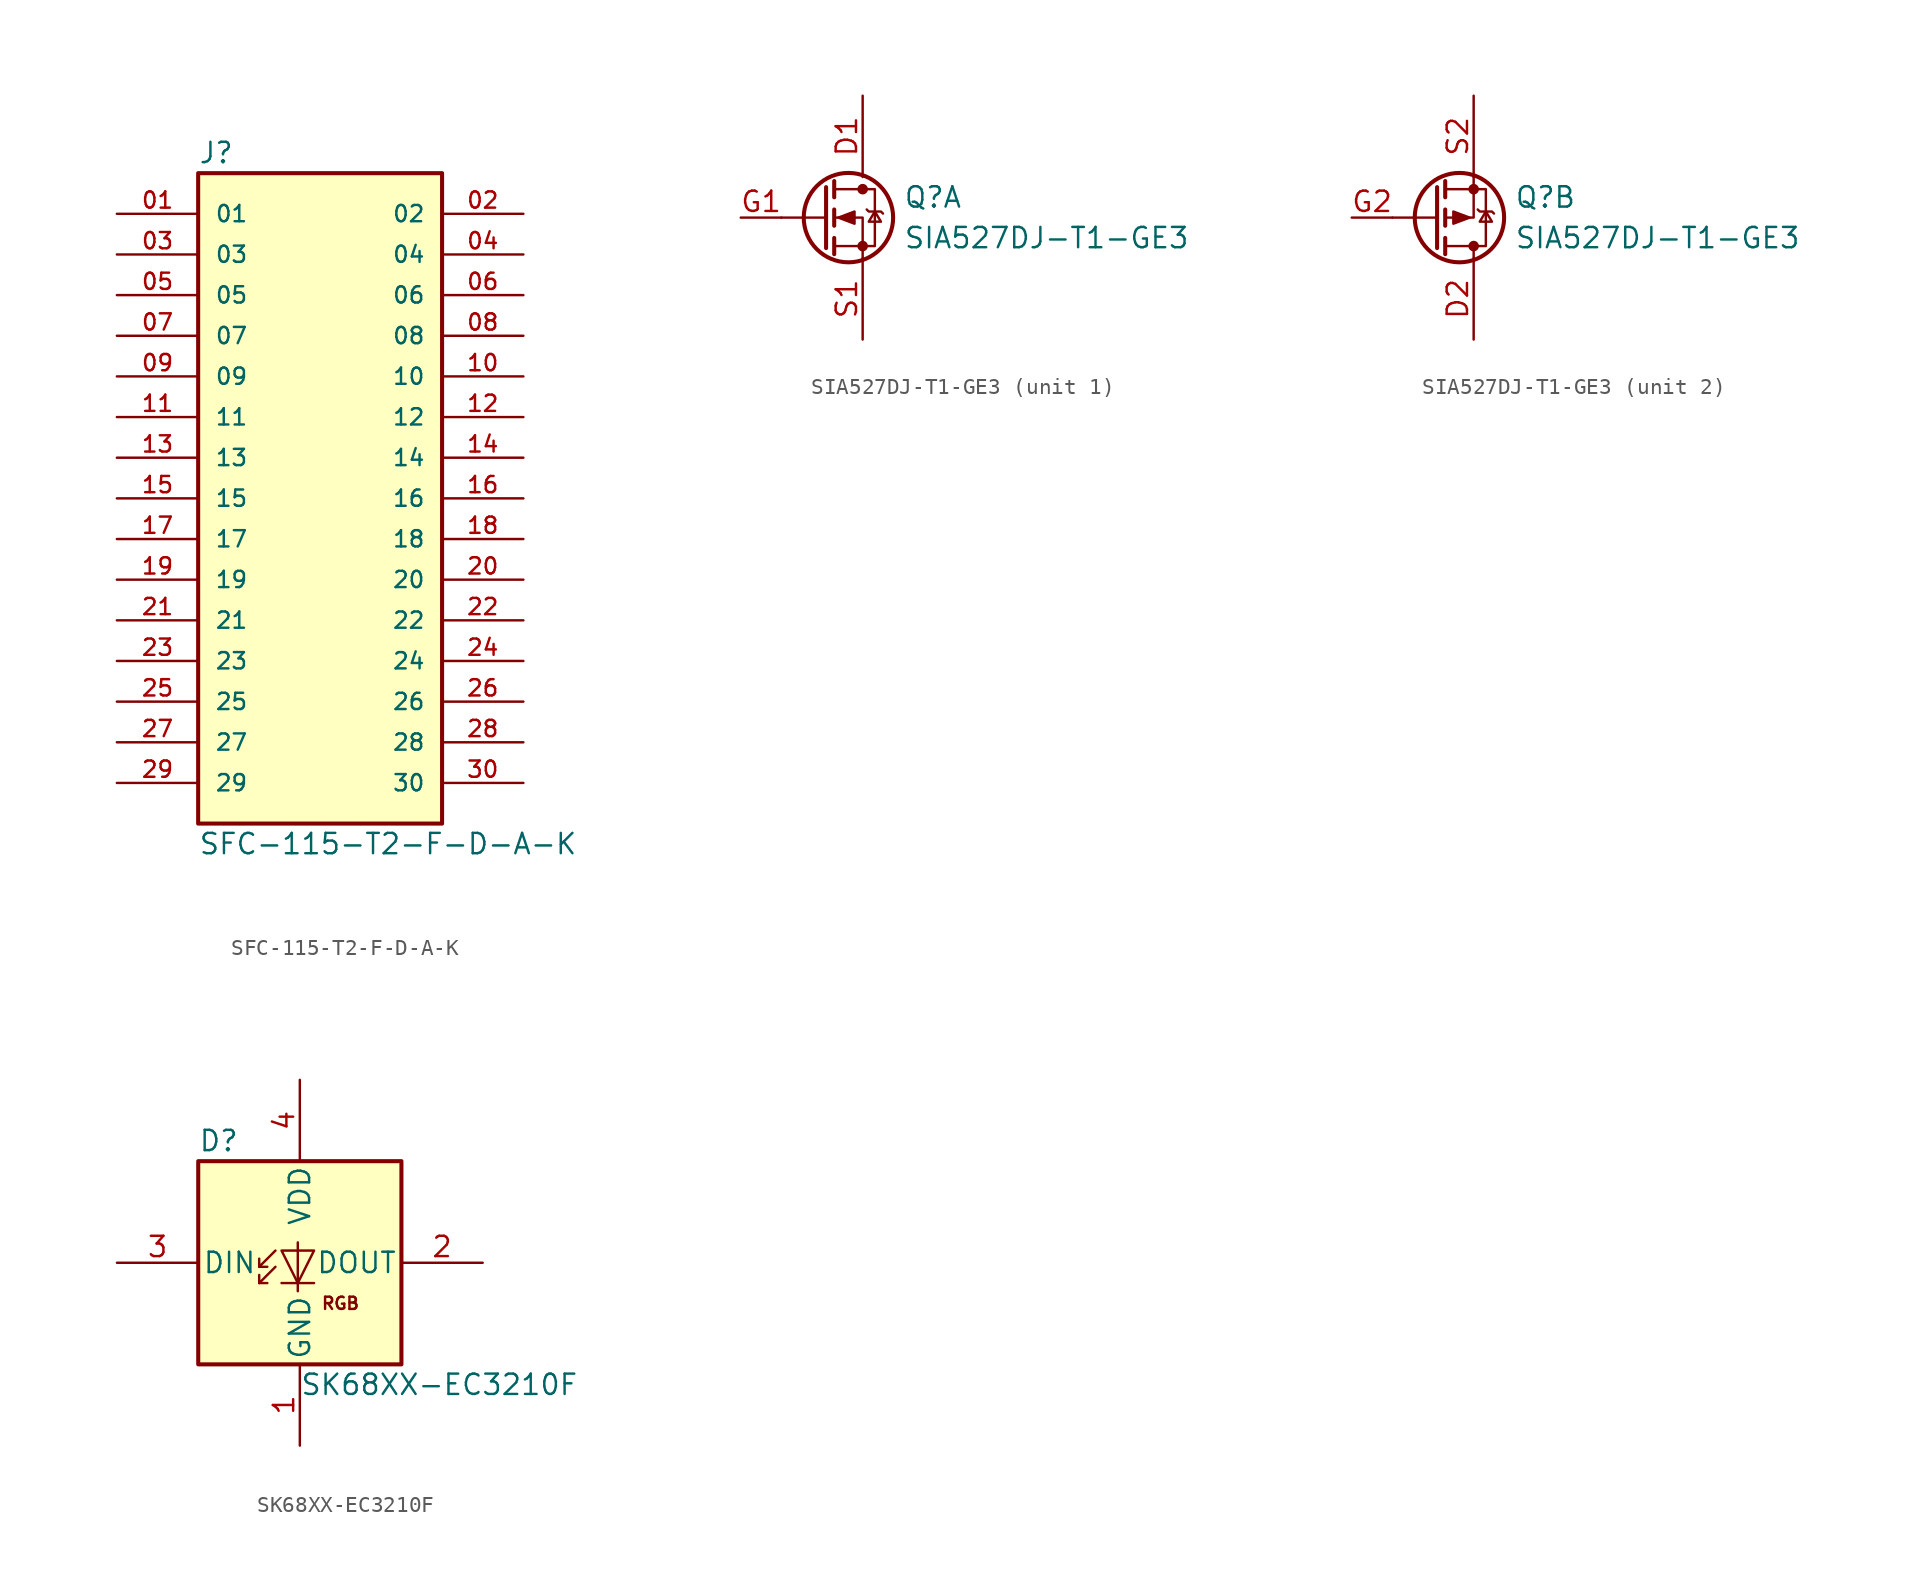
<source format=kicad_sym>
(kicad_symbol_lib
  (version 20231120)
  (generator "kicad_symbol_editor")
  (generator_version "8.0")
  (symbol "SFC-115-T2-F-D-A-K"
    (pin_names
      (offset 1.016))
    (property "Reference" "J"
      (at 0 1.27 0)
      (do_not_autoplace)
      (effects (font (size 1.27 1.27)) (justify left)))
    (property "Value" "SFC-115-T2-F-D-A-K"
      (at 0 -41.91 0)
      (do_not_autoplace)
      (effects (font (size 1.27 1.27)) (justify left)))
    (symbol "SFC-115-T2-F-D-A-K_0_0"
      (rectangle (start 0 0) (end 15.24 -40.64) (stroke (width 0.254) (type default)) (fill (type background)))
      (pin unspecified line (at -5.08 -2.54 0) (length 5.08) (name "01" (effects (font (size 1.016 1.016)))) (number "01" (effects (font (size 1.016 1.016)))))
      (pin unspecified line (at 20.32 -2.54 180) (length 5.08) (name "02" (effects (font (size 1.016 1.016)))) (number "02" (effects (font (size 1.016 1.016)))))
      (pin unspecified line (at -5.08 -5.08 0) (length 5.08) (name "03" (effects (font (size 1.016 1.016)))) (number "03" (effects (font (size 1.016 1.016)))))
      (pin unspecified line (at 20.32 -5.08 180) (length 5.08) (name "04" (effects (font (size 1.016 1.016)))) (number "04" (effects (font (size 1.016 1.016)))))
      (pin unspecified line (at -5.08 -7.62 0) (length 5.08) (name "05" (effects (font (size 1.016 1.016)))) (number "05" (effects (font (size 1.016 1.016)))))
      (pin unspecified line (at 20.32 -7.62 180) (length 5.08) (name "06" (effects (font (size 1.016 1.016)))) (number "06" (effects (font (size 1.016 1.016)))))
      (pin unspecified line (at -5.08 -10.16 0) (length 5.08) (name "07" (effects (font (size 1.016 1.016)))) (number "07" (effects (font (size 1.016 1.016)))))
      (pin unspecified line (at 20.32 -10.16 180) (length 5.08) (name "08" (effects (font (size 1.016 1.016)))) (number "08" (effects (font (size 1.016 1.016)))))
      (pin unspecified line (at -5.08 -12.7 0) (length 5.08) (name "09" (effects (font (size 1.016 1.016)))) (number "09" (effects (font (size 1.016 1.016)))))
      (pin unspecified line (at 20.32 -12.7 180) (length 5.08) (name "10" (effects (font (size 1.016 1.016)))) (number "10" (effects (font (size 1.016 1.016)))))
      (pin unspecified line (at -5.08 -15.24 0) (length 5.08) (name "11" (effects (font (size 1.016 1.016)))) (number "11" (effects (font (size 1.016 1.016)))))
      (pin unspecified line (at 20.32 -15.24 180) (length 5.08) (name "12" (effects (font (size 1.016 1.016)))) (number "12" (effects (font (size 1.016 1.016)))))
      (pin unspecified line (at -5.08 -17.78 0) (length 5.08) (name "13" (effects (font (size 1.016 1.016)))) (number "13" (effects (font (size 1.016 1.016)))))
      (pin unspecified line (at 20.32 -17.78 180) (length 5.08) (name "14" (effects (font (size 1.016 1.016)))) (number "14" (effects (font (size 1.016 1.016)))))
      (pin unspecified line (at -5.08 -20.32 0) (length 5.08) (name "15" (effects (font (size 1.016 1.016)))) (number "15" (effects (font (size 1.016 1.016)))))
      (pin unspecified line (at 20.32 -20.32 180) (length 5.08) (name "16" (effects (font (size 1.016 1.016)))) (number "16" (effects (font (size 1.016 1.016)))))
      (pin unspecified line (at -5.08 -22.86 0) (length 5.08) (name "17" (effects (font (size 1.016 1.016)))) (number "17" (effects (font (size 1.016 1.016)))))
      (pin unspecified line (at 20.32 -22.86 180) (length 5.08) (name "18" (effects (font (size 1.016 1.016)))) (number "18" (effects (font (size 1.016 1.016)))))
      (pin unspecified line (at -5.08 -25.4 0) (length 5.08) (name "19" (effects (font (size 1.016 1.016)))) (number "19" (effects (font (size 1.016 1.016)))))
      (pin unspecified line (at 20.32 -25.4 180) (length 5.08) (name "20" (effects (font (size 1.016 1.016)))) (number "20" (effects (font (size 1.016 1.016)))))
      (pin unspecified line (at -5.08 -27.94 0) (length 5.08) (name "21" (effects (font (size 1.016 1.016)))) (number "21" (effects (font (size 1.016 1.016)))))
      (pin unspecified line (at 20.32 -27.94 180) (length 5.08) (name "22" (effects (font (size 1.016 1.016)))) (number "22" (effects (font (size 1.016 1.016)))))
      (pin unspecified line (at -5.08 -30.48 0) (length 5.08) (name "23" (effects (font (size 1.016 1.016)))) (number "23" (effects (font (size 1.016 1.016)))))
      (pin unspecified line (at 20.32 -30.48 180) (length 5.08) (name "24" (effects (font (size 1.016 1.016)))) (number "24" (effects (font (size 1.016 1.016)))))
      (pin unspecified line (at -5.08 -33.02 0) (length 5.08) (name "25" (effects (font (size 1.016 1.016)))) (number "25" (effects (font (size 1.016 1.016)))))
      (pin unspecified line (at 20.32 -33.02 180) (length 5.08) (name "26" (effects (font (size 1.016 1.016)))) (number "26" (effects (font (size 1.016 1.016)))))
      (pin unspecified line (at -5.08 -35.56 0) (length 5.08) (name "27" (effects (font (size 1.016 1.016)))) (number "27" (effects (font (size 1.016 1.016)))))
      (pin unspecified line (at 20.32 -35.56 180) (length 5.08) (name "28" (effects (font (size 1.016 1.016)))) (number "28" (effects (font (size 1.016 1.016)))))
      (pin unspecified line (at -5.08 -38.1 0) (length 5.08) (name "29" (effects (font (size 1.016 1.016)))) (number "29" (effects (font (size 1.016 1.016)))))
      (pin unspecified line (at 20.32 -38.1 180) (length 5.08) (name "30" (effects (font (size 1.016 1.016)))) (number "30" (effects (font (size 1.016 1.016)))))))
  (symbol "SIA527DJ-T1-GE3"
    (property "Reference" "Q"
      (at 3.81 1.27 0)
      (do_not_autoplace)
      (effects (font (size 1.27 1.27)) (justify left)))
    (property "Value" "SIA527DJ-T1-GE3"
      (at 3.81 -1.27 0)
      (do_not_autoplace)
      (effects (font (size 1.27 1.27)) (justify left)))
    (property "ki_locked" ""
      (at 0 0 0)
      (effects (font (size 1.27 1.27))))
    (symbol "SIA527DJ-T1-GE3_1_1"
      (polyline (pts (xy -3.81 0) (xy -1.016 0)) (stroke (width 0) (type default)) (fill (type none)))
      (polyline (pts (xy -1.016 1.905) (xy -1.016 -1.905)) (stroke (width 0.254) (type default)) (fill (type none)))
      (polyline (pts (xy -0.508 -1.27) (xy -0.508 -2.286)) (stroke (width 0.254) (type default)) (fill (type none)))
      (polyline (pts (xy -0.508 0.508) (xy -0.508 -0.508)) (stroke (width 0.254) (type default)) (fill (type none)))
      (polyline (pts (xy -0.508 2.286) (xy -0.508 1.27)) (stroke (width 0.254) (type default)) (fill (type none)))
      (polyline (pts (xy 1.27 -2.54) (xy 1.27 0) (xy -0.508 0)) (stroke (width 0) (type default)) (fill (type none)))
      (polyline (pts (xy -0.508 -1.778) (xy 2.032 -1.778) (xy 2.032 1.778) (xy -0.508 1.778)) (stroke (width 0) (type default)) (fill (type none)))
      (polyline (pts (xy -0.254 0) (xy 0.762 0.381) (xy 0.762 -0.381) (xy -0.254 0)) (stroke (width 0) (type default)) (fill (type outline)))
      (polyline (pts (xy 1.524 0.508) (xy 1.651 0.381) (xy 2.413 0.381) (xy 2.54 0.254)) (stroke (width 0) (type default)) (fill (type none)))
      (polyline (pts (xy 2.032 0.381) (xy 1.651 -0.254) (xy 2.413 -0.254) (xy 2.032 0.381)) (stroke (width 0) (type default)) (fill (type none)))
      (circle (center 0.381 0) (radius 2.794) (stroke (width 0.254) (type default)) (fill (type none)))
      (circle (center 1.27 -1.778) (radius 0.254) (stroke (width 0) (type default)) (fill (type outline)))
      (circle (center 1.27 1.778) (radius 0.254) (stroke (width 0) (type default)) (fill (type outline)))
      (pin unspecified line (at 1.27 7.62 270) (length 5.08) (name "~" (effects (font (size 1.27 1.27)))) (number "D1" (effects (font (size 1.27 1.27)))))
      (pin unspecified line (at -6.35 0 0) (length 2.54) (name "~" (effects (font (size 1.27 1.27)))) (number "G1" (effects (font (size 1.27 1.27)))))
      (pin unspecified line (at 1.27 -7.62 90) (length 5.08) (name "~" (effects (font (size 1.27 1.27)))) (number "S1" (effects (font (size 1.27 1.27))))))
    (symbol "SIA527DJ-T1-GE3_2_1"
      (polyline (pts (xy -1.016 -1.905) (xy -1.016 1.905)) (stroke (width 0.254) (type default)) (fill (type none)))
      (polyline (pts (xy -1.016 0) (xy -3.81 0)) (stroke (width 0) (type default)) (fill (type none)))
      (polyline (pts (xy -0.508 -2.286) (xy -0.508 -1.27)) (stroke (width 0.254) (type default)) (fill (type none)))
      (polyline (pts (xy -0.508 -0.508) (xy -0.508 0.508)) (stroke (width 0.254) (type default)) (fill (type none)))
      (polyline (pts (xy -0.508 1.27) (xy -0.508 2.286)) (stroke (width 0.254) (type default)) (fill (type none)))
      (polyline (pts (xy 1.27 -2.54) (xy 1.27 -1.778)) (stroke (width 0) (type default)) (fill (type none)))
      (polyline (pts (xy 1.27 2.54) (xy 1.27 0) (xy -0.508 0)) (stroke (width 0) (type default)) (fill (type none)))
      (polyline (pts (xy -0.508 -1.778) (xy 2.032 -1.778) (xy 2.032 1.778) (xy -0.508 1.778)) (stroke (width 0) (type default)) (fill (type none)))
      (polyline (pts (xy 1.016 0) (xy 0 -0.381) (xy 0 0.381) (xy 1.016 0)) (stroke (width 0) (type default)) (fill (type outline)))
      (polyline (pts (xy 1.524 0.508) (xy 1.651 0.381) (xy 2.413 0.381) (xy 2.54 0.254)) (stroke (width 0) (type default)) (fill (type none)))
      (polyline (pts (xy 2.032 0.381) (xy 1.651 -0.254) (xy 2.413 -0.254) (xy 2.032 0.381)) (stroke (width 0) (type default)) (fill (type none)))
      (circle (center 0.381 0) (radius 2.794) (stroke (width 0.254) (type default)) (fill (type none)))
      (circle (center 1.27 -1.778) (radius 0.254) (stroke (width 0) (type default)) (fill (type outline)))
      (circle (center 1.27 1.778) (radius 0.254) (stroke (width 0) (type default)) (fill (type outline)))
      (pin unspecified line (at 1.27 -7.62 90) (length 5.08) (name "~" (effects (font (size 1.27 1.27)))) (number "D2" (effects (font (size 1.27 1.27)))))
      (pin unspecified line (at -6.35 0 0) (length 2.54) (name "~" (effects (font (size 1.27 1.27)))) (number "G2" (effects (font (size 1.27 1.27)))))
      (pin unspecified line (at 1.27 7.62 270) (length 5.08) (name "~" (effects (font (size 1.27 1.27)))) (number "S2" (effects (font (size 1.27 1.27)))))))
  (symbol "SK68XX-EC3210F"
    (pin_names
      (offset 0.254))
    (property "Reference" "D"
      (at 0 1.27 0)
      (do_not_autoplace)
      (effects (font (size 1.27 1.27)) (justify left)))
    (property "Value" "SK68XX-EC3210F"
      (at 6.35 -13.97 0)
      (do_not_autoplace)
      (effects (font (size 1.27 1.27)) (justify left)))
    (symbol "SK68XX-EC3210F_0_0"
      (text "RGB" (at 8.89 -8.89 0) (effects (font (size 0.762 0.762)))))
    (symbol "SK68XX-EC3210F_0_1"
      (polyline (pts (xy 3.81 -7.62) (xy 4.318 -7.62)) (stroke (width 0) (type default)) (fill (type none)))
      (polyline (pts (xy 3.81 -6.604) (xy 4.318 -6.604)) (stroke (width 0) (type default)) (fill (type none)))
      (polyline (pts (xy 7.239 -7.62) (xy 5.207 -7.62)) (stroke (width 0) (type default)) (fill (type none)))
      (polyline (pts (xy 4.826 -6.604) (xy 3.81 -7.62) (xy 3.81 -7.112)) (stroke (width 0) (type default)) (fill (type none)))
      (polyline (pts (xy 4.826 -5.588) (xy 3.81 -6.604) (xy 3.81 -6.096)) (stroke (width 0) (type default)) (fill (type none)))
      (polyline (pts (xy 6.223 -5.08) (xy 6.223 -7.62) (xy 6.223 -8.128)) (stroke (width 0) (type default)) (fill (type none)))
      (polyline (pts (xy 7.239 -5.588) (xy 5.207 -5.588) (xy 6.223 -7.62) (xy 7.239 -5.588)) (stroke (width 0) (type default)) (fill (type none)))
      (rectangle (start 0 0) (end 12.7 -12.7) (stroke (width 0.254) (type default)) (fill (type background))))
    (symbol "SK68XX-EC3210F_1_1"
      (pin unspecified line (at 6.35 -17.78 90) (length 5.08) (name "GND" (effects (font (size 1.27 1.27)))) (number "1" (effects (font (size 1.27 1.27)))))
      (pin unspecified line (at 17.78 -6.35 180) (length 5.08) (name "DOUT" (effects (font (size 1.27 1.27)))) (number "2" (effects (font (size 1.27 1.27)))))
      (pin unspecified line (at -5.08 -6.35 0) (length 5.08) (name "DIN" (effects (font (size 1.27 1.27)))) (number "3" (effects (font (size 1.27 1.27)))))
      (pin unspecified line (at 6.35 5.08 270) (length 5.08) (name "VDD" (effects (font (size 1.27 1.27)))) (number "4" (effects (font (size 1.27 1.27))))))))
</source>
